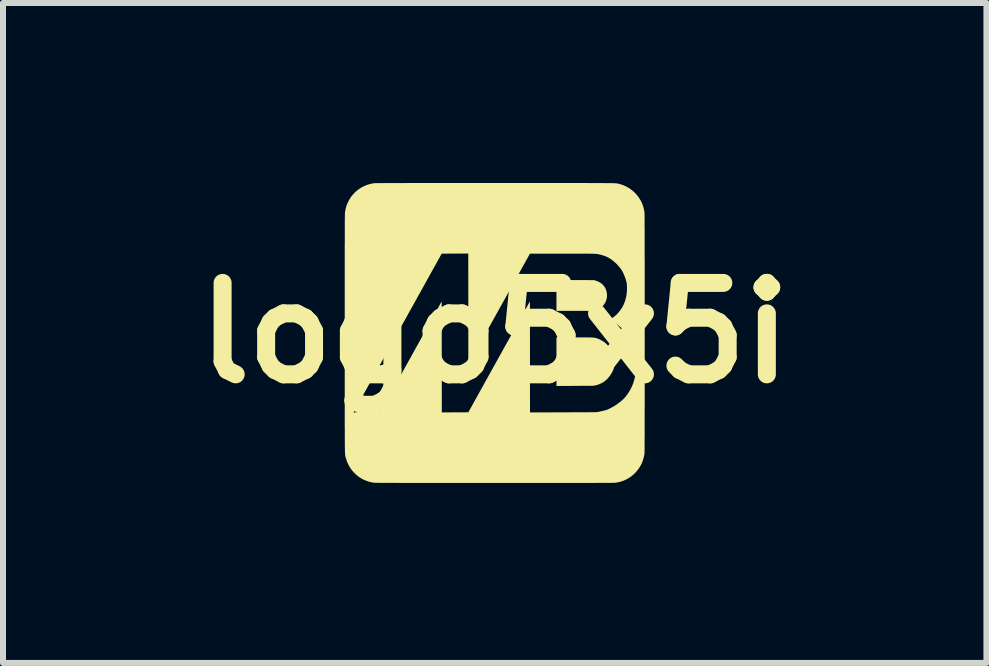
<source format=kicad_pcb>
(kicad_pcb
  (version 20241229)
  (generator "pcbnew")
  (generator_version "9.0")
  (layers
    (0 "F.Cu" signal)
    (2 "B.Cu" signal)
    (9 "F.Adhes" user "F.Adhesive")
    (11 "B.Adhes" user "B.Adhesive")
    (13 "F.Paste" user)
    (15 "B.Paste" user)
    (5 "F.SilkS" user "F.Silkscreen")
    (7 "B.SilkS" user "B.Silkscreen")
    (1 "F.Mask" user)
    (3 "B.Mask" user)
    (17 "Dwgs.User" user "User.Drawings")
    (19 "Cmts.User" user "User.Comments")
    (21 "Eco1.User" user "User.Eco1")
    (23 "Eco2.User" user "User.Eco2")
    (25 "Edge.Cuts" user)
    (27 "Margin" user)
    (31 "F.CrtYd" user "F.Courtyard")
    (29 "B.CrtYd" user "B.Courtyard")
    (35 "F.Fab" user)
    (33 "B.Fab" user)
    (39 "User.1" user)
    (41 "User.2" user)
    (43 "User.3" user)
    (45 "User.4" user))
  (footprint "logo5x5i"
    (layer "F.Cu")
    (at 5.196 2.5)
    (property "Reference" "logo5x5i" (at 0 0 0) (layer "F.SilkS") (effects (font (size 1.524 1.524) (thickness 0.3))))
    (attr board_only exclude_from_pos_files exclude_from_bom)
    (fp_poly (pts (xy 1.342 -0.882) (xy 1.654 -0.881) (xy 1.682 -0.873) (xy 1.72 -0.859) (xy 1.755 -0.841) (xy 1.785 -0.82) (xy 1.811 -0.794) (xy 1.833 -0.765) (xy 1.844 -0.744) (xy 1.853 -0.725) (xy 1.86 -0.706) (xy 1.865 -0.687) (xy 1.869 -0.665) (xy 1.872 -0.629) (xy 1.87 -0.592) (xy 1.862 -0.556) (xy 1.85 -0.522) (xy 1.847 -0.516) (xy 1.84 -0.502) (xy 1.831 -0.488) (xy 1.823 -0.476) (xy 1.822 -0.474) (xy 1.811 -0.46) (xy 1.796 -0.446) (xy 1.78 -0.431) (xy 1.764 -0.418) (xy 1.75 -0.408) (xy 1.747 -0.407) (xy 1.734 -0.4) (xy 1.716 -0.393) (xy 1.696 -0.387) (xy 1.676 -0.38) (xy 1.656 -0.375) (xy 1.638 -0.372) (xy 1.632 -0.371) (xy 1.625 -0.37) (xy 1.611 -0.37) (xy 1.592 -0.369) (xy 1.567 -0.369) (xy 1.537 -0.368) (xy 1.502 -0.368) (xy 1.462 -0.368) (xy 1.417 -0.368) (xy 1.367 -0.368) (xy 1.318 -0.368) (xy 1.029 -0.368) (xy 1.029 -0.883)) (stroke (width 0) (type solid)) (fill yes) (layer "F.SilkS"))
    (fp_poly (pts (xy 1.323 0.074) (xy 1.374 0.074) (xy 1.419 0.074) (xy 1.459 0.074) (xy 1.494 0.074) (xy 1.525 0.074) (xy 1.552 0.074) (xy 1.575 0.075) (xy 1.595 0.075) (xy 1.613 0.076) (xy 1.627 0.076) (xy 1.64 0.077) (xy 1.651 0.078) (xy 1.66 0.079) (xy 1.668 0.081) (xy 1.676 0.082) (xy 1.684 0.084) (xy 1.69 0.085) (xy 1.719 0.095) (xy 1.751 0.108) (xy 1.784 0.126) (xy 1.818 0.146) (xy 1.822 0.149) (xy 1.836 0.159) (xy 1.851 0.173) (xy 1.868 0.189) (xy 1.884 0.206) (xy 1.899 0.223) (xy 1.911 0.239) (xy 1.913 0.243) (xy 1.939 0.285) (xy 1.96 0.329) (xy 1.976 0.374) (xy 1.987 0.415) (xy 1.99 0.432) (xy 1.992 0.452) (xy 1.994 0.473) (xy 1.996 0.494) (xy 1.996 0.513) (xy 1.996 0.529) (xy 1.996 0.531) (xy 1.99 0.567) (xy 1.98 0.603) (xy 1.965 0.639) (xy 1.945 0.675) (xy 1.92 0.713) (xy 1.904 0.733) (xy 1.875 0.767) (xy 1.843 0.796) (xy 1.809 0.821) (xy 1.772 0.841) (xy 1.731 0.858) (xy 1.685 0.872) (xy 1.675 0.874) (xy 1.671 0.875) (xy 1.666 0.876) (xy 1.662 0.877) (xy 1.656 0.878) (xy 1.65 0.878) (xy 1.642 0.879) (xy 1.632 0.879) (xy 1.62 0.88) (xy 1.606 0.88) (xy 1.589 0.88) (xy 1.569 0.881) (xy 1.545 0.881) (xy 1.517 0.881) (xy 1.484 0.881) (xy 1.447 0.881) (xy 1.406 0.881) (xy 1.358 0.882) (xy 1.339 0.882) (xy 1.029 0.883) (xy 1.029 0.074)) (stroke (width 0) (type solid)) (fill yes) (layer "F.SilkS"))
    (fp_poly (pts (xy 0.699 -2.5) (xy 0.796 -2.5) (xy 0.889 -2.5) (xy 0.977 -2.5) (xy 1.061 -2.5) (xy 1.139 -2.5) (xy 1.214 -2.5) (xy 1.284 -2.5) (xy 1.35 -2.5) (xy 1.412 -2.5) (xy 1.47 -2.5) (xy 1.524 -2.5) (xy 1.574 -2.499) (xy 1.622 -2.499) (xy 1.665 -2.499) (xy 1.706 -2.499) (xy 1.743 -2.499) (xy 1.778 -2.499) (xy 1.81 -2.499) (xy 1.838 -2.498) (xy 1.865 -2.498) (xy 1.889 -2.498) (xy 1.911 -2.498) (xy 1.93 -2.497) (xy 1.948 -2.497) (xy 1.963 -2.497) (xy 1.977 -2.496) (xy 1.989 -2.496) (xy 2 -2.495) (xy 2.009 -2.495) (xy 2.018 -2.495) (xy 2.025 -2.494) (xy 2.031 -2.494) (xy 2.036 -2.493) (xy 2.041 -2.492) (xy 2.044 -2.492) (xy 2.048 -2.491) (xy 2.051 -2.49) (xy 2.054 -2.49) (xy 2.057 -2.489) (xy 2.061 -2.488) (xy 2.064 -2.487) (xy 2.067 -2.487) (xy 2.122 -2.471) (xy 2.174 -2.45) (xy 2.225 -2.423) (xy 2.272 -2.392) (xy 2.316 -2.356) (xy 2.356 -2.316) (xy 2.364 -2.307) (xy 2.399 -2.262) (xy 2.429 -2.214) (xy 2.455 -2.163) (xy 2.474 -2.11) (xy 2.489 -2.055) (xy 2.497 -2.002) (xy 2.497 -1.997) (xy 2.497 -1.987) (xy 2.497 -1.971) (xy 2.498 -1.95) (xy 2.498 -1.923) (xy 2.498 -1.892) (xy 2.498 -1.855) (xy 2.498 -1.815) (xy 2.498 -1.77) (xy 2.499 -1.72) (xy 2.499 -1.667) (xy 2.499 -1.61) (xy 2.499 -1.549) (xy 2.499 -1.485) (xy 2.499 -1.417) (xy 2.499 -1.346) (xy 2.499 -1.273) (xy 2.5 -1.197) (xy 2.5 -1.118) (xy 2.5 -1.037) (xy 2.5 -0.954) (xy 2.5 -0.868) (xy 2.5 -0.781) (xy 2.5 -0.693) (xy 2.5 -0.603) (xy 2.5 -0.512) (xy 2.5 -0.42) (xy 2.5 -0.327) (xy 2.5 -0.233) (xy 2.5 -0.139) (xy 2.5 -0.045) (xy 2.5 0.05) (xy 2.5 0.144) (xy 2.5 0.238) (xy 2.5 0.332) (xy 2.5 0.425) (xy 2.5 0.517) (xy 2.5 0.608) (xy 2.5 0.698) (xy 2.5 0.786) (xy 2.5 0.873) (xy 2.5 0.958) (xy 2.5 1.041) (xy 2.5 1.122) (xy 2.5 1.201) (xy 2.499 1.277) (xy 2.499 1.35) (xy 2.499 1.421) (xy 2.499 1.488) (xy 2.499 1.552) (xy 2.499 1.613) (xy 2.499 1.67) (xy 2.499 1.723) (xy 2.498 1.772) (xy 2.498 1.817) (xy 2.498 1.858) (xy 2.498 1.894) (xy 2.498 1.925) (xy 2.498 1.951) (xy 2.497 1.972) (xy 2.497 1.988) (xy 2.497 1.998) (xy 2.497 2.002) (xy 2.488 2.058) (xy 2.473 2.113) (xy 2.454 2.165) (xy 2.429 2.215) (xy 2.399 2.262) (xy 2.365 2.306) (xy 2.327 2.347) (xy 2.284 2.384) (xy 2.238 2.416) (xy 2.216 2.429) (xy 2.171 2.452) (xy 2.123 2.47) (xy 2.073 2.485) (xy 2.023 2.495) (xy 2.005 2.497) (xy 2.001 2.497) (xy 1.99 2.497) (xy 1.975 2.497) (xy 1.954 2.498) (xy 1.927 2.498) (xy 1.896 2.498) (xy 1.86 2.498) (xy 1.82 2.498) (xy 1.775 2.498) (xy 1.726 2.498) (xy 1.673 2.499) (xy 1.616 2.499) (xy 1.555 2.499) (xy 1.491 2.499) (xy 1.424 2.499) (xy 1.353 2.499) (xy 1.28 2.499) (xy 1.204 2.499) (xy 1.125 2.499) (xy 1.044 2.499) (xy 0.961 2.499) (xy 0.876 2.499) (xy 0.789 2.499) (xy 0.701 2.5) (xy 0.611 2.5) (xy 0.52 2.5) (xy 0.428 2.5) (xy 0.335 2.5) (xy 0.241 2.5) (xy 0.147 2.5) (xy 0.053 2.5) (xy -0.042 2.5) (xy -0.136 2.5) (xy -0.23 2.5) (xy -0.324 2.5) (xy -0.417 2.5) (xy -0.509 2.5) (xy -0.601 2.5) (xy -0.691 2.5) (xy -0.779 2.499) (xy -0.866 2.499) (xy -0.952 2.499) (xy -1.035 2.499) (xy -1.116 2.499) (xy -1.195 2.499) (xy -1.272 2.499) (xy -1.346 2.499) (xy -1.416 2.499) (xy -1.484 2.499) (xy -1.549 2.499) (xy -1.61 2.499) (xy -1.668 2.498) (xy -1.721 2.498) (xy -1.771 2.498) (xy -1.817 2.498) (xy -1.858 2.498) (xy -1.894 2.498) (xy -1.926 2.498) (xy -1.953 2.497) (xy -1.975 2.497) (xy -1.992 2.497) (xy -2.003 2.497) (xy -2.008 2.497) (xy -2.009 2.497) (xy -2.053 2.489) (xy -2.099 2.478) (xy -2.144 2.462) (xy -2.188 2.444) (xy -2.226 2.423) (xy -2.274 2.391) (xy -2.318 2.355) (xy -2.358 2.314) (xy -2.394 2.27) (xy -2.424 2.223) (xy -2.45 2.173) (xy -2.471 2.119) (xy -2.484 2.076) (xy -2.485 2.073) (xy -2.486 2.069) (xy -2.487 2.066) (xy -2.488 2.063) (xy -2.489 2.06) (xy -2.49 2.056) (xy -2.49 2.053) (xy -2.491 2.049) (xy -2.492 2.045) (xy -2.492 2.04) (xy -2.493 2.034) (xy -2.494 2.028) (xy -2.494 2.02) (xy -2.495 2.012) (xy -2.495 2.002) (xy -2.496 1.99) (xy -2.496 1.977) (xy -2.497 1.962) (xy -2.497 1.946) (xy -2.497 1.927) (xy -2.498 1.907) (xy -2.498 1.884) (xy -2.498 1.859) (xy -2.498 1.831) (xy -2.499 1.801) (xy -2.499 1.768) (xy -2.499 1.732) (xy -2.499 1.693) (xy -2.499 1.65) (xy -2.499 1.605) (xy -2.5 1.556) (xy -2.5 1.504) (xy -2.5 1.448) (xy -2.5 1.388) (xy -2.5 1.324) (xy -2.5 1.324) (xy -2.353 1.324) (xy -1.91 1.323) (xy -1.397 0.399) (xy -0.884 -0.526) (xy -0.883 0.399) (xy -0.882 1.324) (xy -0.661 1.323) (xy -0.44 1.322) (xy 0.073 0.398) (xy 0.587 -0.526) (xy 0.588 1.324) (xy 1.139 1.323) (xy 1.206 1.323) (xy 1.267 1.322) (xy 1.323 1.322) (xy 1.374 1.322) (xy 1.42 1.322) (xy 1.461 1.322) (xy 1.498 1.322) (xy 1.531 1.322) (xy 1.56 1.322) (xy 1.586 1.321) (xy 1.609 1.321) (xy 1.628 1.321) (xy 1.645 1.321) (xy 1.659 1.32) (xy 1.671 1.32) (xy 1.682 1.32) (xy 1.69 1.319) (xy 1.697 1.319) (xy 1.703 1.318) (xy 1.708 1.318) (xy 1.713 1.317) (xy 1.717 1.317) (xy 1.721 1.316) (xy 1.722 1.316) (xy 1.742 1.312) (xy 1.764 1.307) (xy 1.787 1.302) (xy 1.809 1.297) (xy 1.83 1.292) (xy 1.847 1.287) (xy 1.861 1.283) (xy 1.865 1.282) (xy 1.895 1.27) (xy 1.928 1.254) (xy 1.964 1.234) (xy 2.003 1.211) (xy 2.043 1.184) (xy 2.084 1.154) (xy 2.087 1.152) (xy 2.116 1.128) (xy 2.143 1.104) (xy 2.168 1.077) (xy 2.192 1.049) (xy 2.215 1.016) (xy 2.237 0.984) (xy 2.266 0.933) (xy 2.292 0.88) (xy 2.313 0.824) (xy 2.33 0.765) (xy 2.343 0.703) (xy 2.346 0.691) (xy 2.347 0.68) (xy 2.349 0.669) (xy 2.35 0.659) (xy 2.35 0.647) (xy 2.351 0.633) (xy 2.351 0.616) (xy 2.351 0.594) (xy 2.351 0.569) (xy 2.35 0.511) (xy 2.348 0.459) (xy 2.344 0.41) (xy 2.339 0.365) (xy 2.332 0.322) (xy 2.322 0.281) (xy 2.311 0.241) (xy 2.297 0.201) (xy 2.289 0.181) (xy 2.265 0.125) (xy 2.238 0.073) (xy 2.209 0.027) (xy 2.176 -0.016) (xy 2.14 -0.055) (xy 2.132 -0.063) (xy 2.103 -0.091) (xy 2.076 -0.115) (xy 2.05 -0.136) (xy 2.025 -0.156) (xy 1.999 -0.175) (xy 1.972 -0.193) (xy 1.963 -0.199) (xy 1.95 -0.207) (xy 1.939 -0.214) (xy 1.931 -0.22) (xy 1.926 -0.223) (xy 1.926 -0.223) (xy 1.927 -0.226) (xy 1.932 -0.23) (xy 1.94 -0.236) (xy 1.941 -0.237) (xy 1.982 -0.265) (xy 2.022 -0.298) (xy 2.058 -0.336) (xy 2.092 -0.377) (xy 2.121 -0.42) (xy 2.146 -0.466) (xy 2.165 -0.513) (xy 2.17 -0.526) (xy 2.182 -0.567) (xy 2.192 -0.606) (xy 2.198 -0.643) (xy 2.202 -0.682) (xy 2.204 -0.724) (xy 2.204 -0.746) (xy 2.204 -0.773) (xy 2.203 -0.796) (xy 2.201 -0.816) (xy 2.199 -0.835) (xy 2.195 -0.854) (xy 2.189 -0.874) (xy 2.182 -0.897) (xy 2.179 -0.906) (xy 2.164 -0.949) (xy 2.147 -0.988) (xy 2.13 -1.024) (xy 2.11 -1.057) (xy 2.087 -1.088) (xy 2.06 -1.119) (xy 2.03 -1.152) (xy 2.016 -1.165) (xy 1.978 -1.199) (xy 1.94 -1.228) (xy 1.902 -1.252) (xy 1.861 -1.273) (xy 1.817 -1.289) (xy 1.771 -1.303) (xy 1.762 -1.305) (xy 1.754 -1.307) (xy 1.746 -1.309) (xy 1.739 -1.311) (xy 1.732 -1.313) (xy 1.725 -1.314) (xy 1.717 -1.315) (xy 1.709 -1.316) (xy 1.7 -1.317) (xy 1.689 -1.318) (xy 1.677 -1.319) (xy 1.662 -1.32) (xy 1.646 -1.32) (xy 1.628 -1.321) (xy 1.606 -1.321) (xy 1.582 -1.321) (xy 1.555 -1.322) (xy 1.524 -1.322) (xy 1.489 -1.322) (xy 1.45 -1.322) (xy 1.408 -1.322) (xy 1.36 -1.322) (xy 1.308 -1.322) (xy 1.25 -1.322) (xy 1.187 -1.322) (xy 1.132 -1.322) (xy 0.587 -1.322) (xy 0.074 -0.398) (xy -0.44 0.526) (xy -0.44 -0.399) (xy -0.441 -1.324) (xy -0.662 -1.323) (xy -0.884 -1.322) (xy -1.611 -0.013) (xy -1.656 0.069) (xy -1.701 0.149) (xy -1.745 0.229) (xy -1.788 0.306) (xy -1.831 0.382) (xy -1.872 0.456) (xy -1.912 0.529) (xy -1.951 0.598) (xy -1.988 0.666) (xy -2.024 0.731) (xy -2.059 0.794) (xy -2.092 0.853) (xy -2.124 0.91) (xy -2.154 0.964) (xy -2.182 1.014) (xy -2.208 1.061) (xy -2.232 1.105) (xy -2.254 1.144) (xy -2.274 1.18) (xy -2.291 1.212) (xy -2.307 1.239) (xy -2.32 1.263) (xy -2.33 1.282) (xy -2.338 1.296) (xy -2.343 1.305) (xy -2.346 1.309) (xy -2.346 1.31) (xy -2.353 1.324) (xy -2.5 1.324) (xy -2.5 1.256) (xy -2.5 1.184) (xy -2.5 1.108) (xy -2.5 1.027) (xy -2.5 0.941) (xy -2.5 0.851) (xy -2.5 0.755) (xy -2.5 0.655) (xy -2.5 0.55) (xy -2.5 0.439) (xy -2.5 0.323) (xy -2.5 0.202) (xy -2.5 0.074) (xy -2.5 -0.13) (xy -2.5 -0.255) (xy -2.5 -0.374) (xy -2.5 -0.488) (xy -2.5 -0.596) (xy -2.5 -0.699) (xy -2.5 -0.797) (xy -2.5 -0.889) (xy -2.5 -0.977) (xy -2.5 -1.061) (xy -2.5 -1.139) (xy -2.5 -1.214) (xy -2.5 -1.284) (xy -2.5 -1.349) (xy -2.5 -1.411) (xy -2.5 -1.469) (xy -2.499 -1.523) (xy -2.499 -1.573) (xy -2.499 -1.62) (xy -2.499 -1.663) (xy -2.499 -1.703) (xy -2.499 -1.74) (xy -2.499 -1.774) (xy -2.499 -1.805) (xy -2.499 -1.833) (xy -2.499 -1.859) (xy -2.498 -1.882) (xy -2.498 -1.903) (xy -2.498 -1.921) (xy -2.498 -1.938) (xy -2.498 -1.952) (xy -2.497 -1.965) (xy -2.497 -1.976) (xy -2.497 -1.985) (xy -2.497 -1.993) (xy -2.497 -1.999) (xy -2.496 -2.005) (xy -2.496 -2.009) (xy -2.496 -2.012) (xy -2.495 -2.014) (xy -2.485 -2.07) (xy -2.47 -2.123) (xy -2.449 -2.175) (xy -2.424 -2.223) (xy -2.395 -2.269) (xy -2.361 -2.311) (xy -2.323 -2.35) (xy -2.282 -2.385) (xy -2.237 -2.416) (xy -2.19 -2.442) (xy -2.139 -2.464) (xy -2.086 -2.481) (xy -2.031 -2.493) (xy -2.012 -2.496) (xy -2.009 -2.496) (xy -2.005 -2.496) (xy -2 -2.497) (xy -1.993 -2.497) (xy -1.985 -2.497) (xy -1.975 -2.497) (xy -1.963 -2.497) (xy -1.95 -2.498) (xy -1.934 -2.498) (xy -1.916 -2.498) (xy -1.896 -2.498) (xy -1.873 -2.498) (xy -1.848 -2.499) (xy -1.82 -2.499) (xy -1.79 -2.499) (xy -1.756 -2.499) (xy -1.719 -2.499) (xy -1.68 -2.499) (xy -1.636 -2.499) (xy -1.59 -2.499) (xy -1.539 -2.499) (xy -1.486 -2.499) (xy -1.428 -2.5) (xy -1.366 -2.5) (xy -1.3 -2.5) (xy -1.23 -2.5) (xy -1.156 -2.5) (xy -1.077 -2.5) (xy -0.994 -2.5) (xy -0.905 -2.5) (xy -0.812 -2.5) (xy -0.715 -2.5) (xy -0.611 -2.5) (xy -0.503 -2.5) (xy -0.389 -2.5) (xy -0.27 -2.5) (xy -0.146 -2.5) (xy -0.015 -2.5) (xy 0.131 -2.5) (xy 0.255 -2.5) (xy 0.374 -2.5) (xy 0.488 -2.5) (xy 0.596 -2.5)) (stroke (width 0) (type solid)) (fill yes) (layer "F.SilkS")))
  (gr_rect
    (start -3 -3)
    (end 13.392 8)
    (stroke (width 0.1) (type default))
    (fill no)
    (layer "Edge.Cuts")))
</source>
